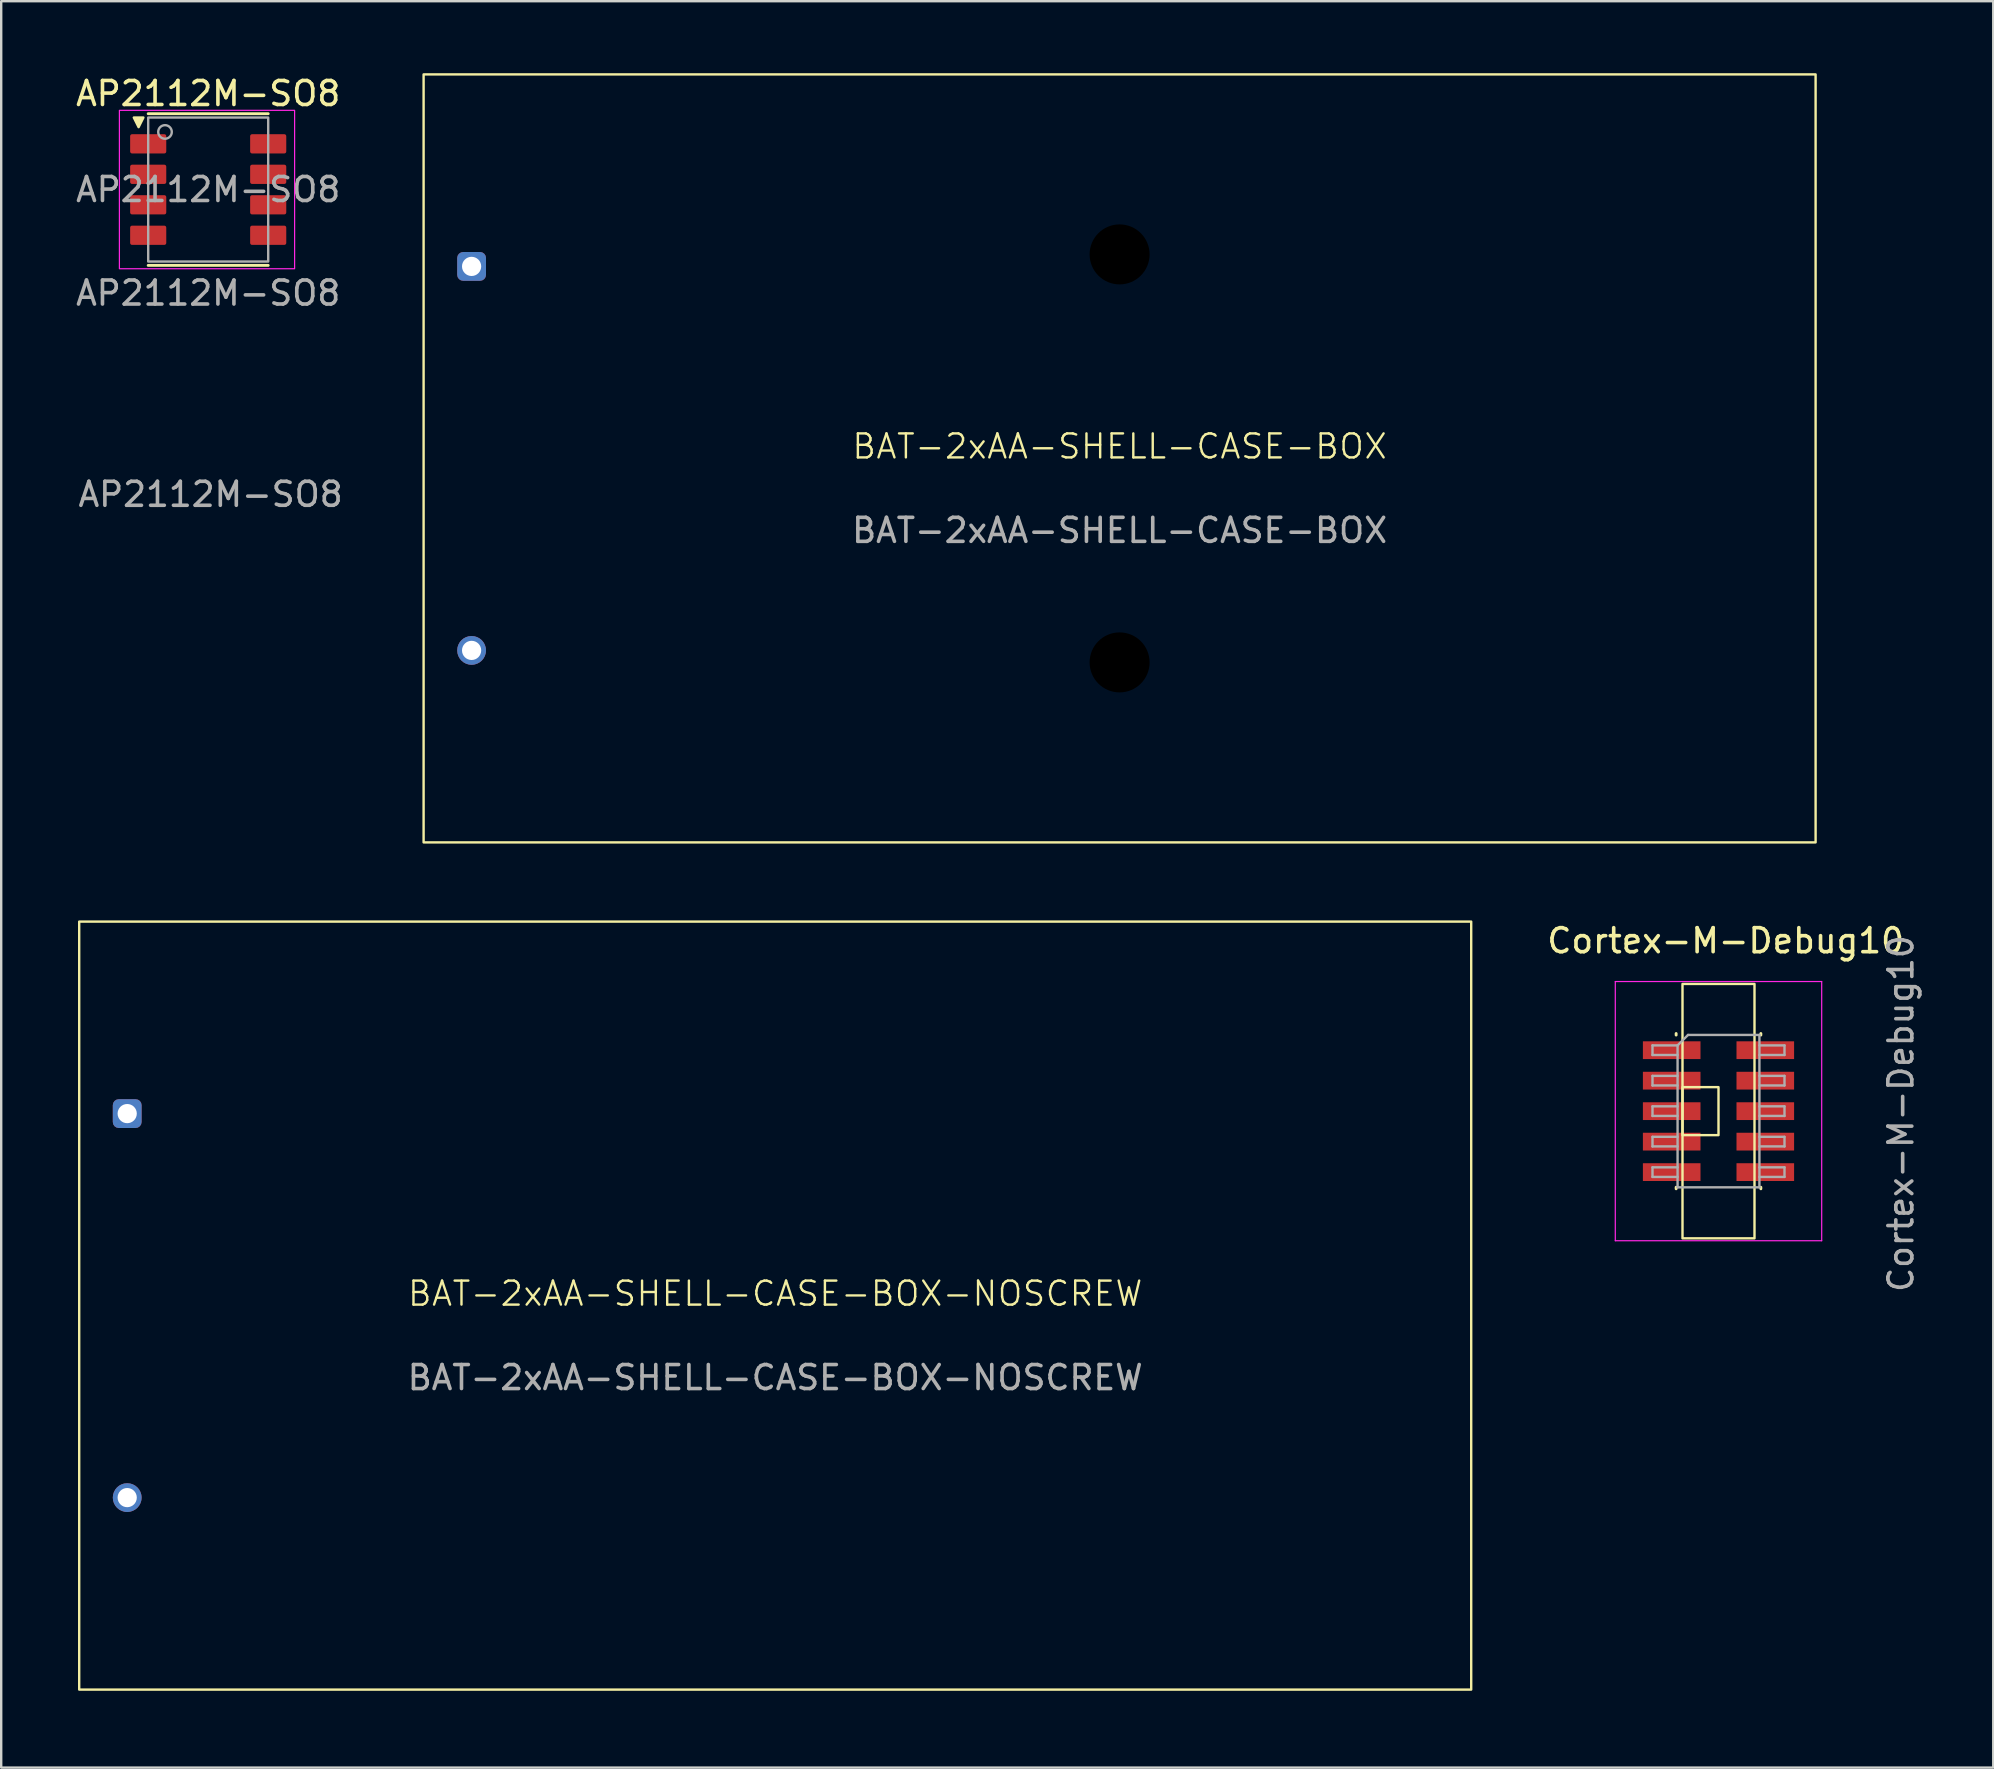
<source format=kicad_pcb>
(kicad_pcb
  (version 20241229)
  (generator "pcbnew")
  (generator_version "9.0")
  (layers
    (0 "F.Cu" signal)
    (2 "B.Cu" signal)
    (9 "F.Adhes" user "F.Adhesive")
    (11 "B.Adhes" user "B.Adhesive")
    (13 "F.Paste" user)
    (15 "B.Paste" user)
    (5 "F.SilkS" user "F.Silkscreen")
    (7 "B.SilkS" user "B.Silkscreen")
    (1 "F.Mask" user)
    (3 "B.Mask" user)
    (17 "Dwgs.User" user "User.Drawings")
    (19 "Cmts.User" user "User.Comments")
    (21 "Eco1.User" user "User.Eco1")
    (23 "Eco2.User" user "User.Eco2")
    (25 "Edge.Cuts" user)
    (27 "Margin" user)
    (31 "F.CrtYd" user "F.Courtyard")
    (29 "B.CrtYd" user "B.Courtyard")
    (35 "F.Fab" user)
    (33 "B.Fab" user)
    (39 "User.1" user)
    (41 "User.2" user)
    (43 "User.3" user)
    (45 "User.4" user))
  (footprint "AP2112M-SO8"
    (layer "F.Cu")
    (at 5.625 4.848)
    (property "Reference" "AP2112M-SO8" (at 0 -4 0) (unlocked yes) (layer "F.SilkS") (effects (font (size 1 1) (thickness 0.15))))
    (attr smd)
    (fp_line (start -2.5 -3.16) (end 2.5 -3.16) (stroke (width 0.12) (type default)) (layer "F.SilkS"))
    (fp_line (start -2.5 3.16) (end 2.5 3.16) (stroke (width 0.12) (type default)) (layer "F.SilkS"))
    (fp_poly (pts (xy -2.7 -3) (xy -3.1 -3) (xy -2.9 -2.6)) (stroke (width 0.1) (type solid)) (fill yes) (layer "F.SilkS"))
    (fp_rect (start -3.7 -3.3) (end 3.6 3.3) (stroke (width 0.05) (type default)) (fill no) (layer "F.CrtYd"))
    (fp_rect (start -2.5 -3) (end 2.5 3) (stroke (width 0.1) (type default)) (fill no) (layer "F.Fab"))
    (fp_circle (center -1.8 -2.4) (end -1.6 -2.6) (stroke (width 0.1) (type default)) (fill no) (layer "F.Fab"))
    (fp_text user "${REFERENCE}" (at 0 0 0) (unlocked yes) (layer "F.Fab") (effects (font (size 1 1) (thickness 0.15))))
    (fp_text user "${REFERENCE}" (at 0.1 12.7 0) (unlocked yes) (layer "F.Fab") (effects (font (size 1 1) (thickness 0.15))))
    (fp_text user "AP2112M-SO8" (at 0 4.9 0) (unlocked yes) (layer "F.Fab") (effects (font (size 1 1) (thickness 0.15)) (justify bottom)))
    (pad "1" smd roundrect (at -2.5 -1.905 90) (size 0.802 1.505) (layers "F.Cu" "F.Mask" "F.Paste") (roundrect_rratio 0.1))
    (pad "2" smd roundrect (at -2.5 -0.635 90) (size 0.802 1.505) (layers "F.Cu" "F.Mask" "F.Paste") (roundrect_rratio 0.1))
    (pad "3" smd roundrect (at -2.5 0.635 90) (size 0.802 1.505) (layers "F.Cu" "F.Mask" "F.Paste") (roundrect_rratio 0.1))
    (pad "4" smd roundrect (at -2.5 1.905 90) (size 0.802 1.505) (layers "F.Cu" "F.Mask" "F.Paste") (roundrect_rratio 0.1))
    (pad "5" smd roundrect (at 2.5 1.905 90) (size 0.802 1.505) (layers "F.Cu" "F.Mask" "F.Paste") (roundrect_rratio 0.1))
    (pad "6" smd roundrect (at 2.5 0.635 90) (size 0.802 1.505) (layers "F.Cu" "F.Mask" "F.Paste") (roundrect_rratio 0.1))
    (pad "7" smd roundrect (at 2.5 -0.635 90) (size 0.802 1.505) (layers "F.Cu" "F.Mask" "F.Paste") (roundrect_rratio 0.1))
    (pad "8" smd roundrect (at 2.5 -1.905 90) (size 0.802 1.505) (layers "F.Cu" "F.Mask" "F.Paste") (roundrect_rratio 0.1)))
  (footprint "BAT-2xAA-SHELL-CASE-BOX"
    (layer "F.Cu")
    (at 14.6 32.05)
    (property "Reference" "BAT-2xAA-SHELL-CASE-BOX" (at 29 -16.5 0) (unlocked yes) (layer "F.SilkS") (effects (font (size 1 1) (thickness 0.1))))
    (attr through_hole)
    (fp_rect (start 0 -32) (end 58 0) (stroke (width 0.1) (type default)) (fill no) (layer "F.SilkS"))
    (fp_text user "${REFERENCE}" (at 29 -13 0) (unlocked yes) (layer "F.Fab") (effects (font (size 1 1) (thickness 0.15))))
    (pad "" np_thru_hole circle (at 29 -24.5) (size 3 3) (drill 2.5) (layers "*.Mask"))
    (pad "" np_thru_hole circle (at 29 -7.5) (size 3 3) (drill 2.5) (layers "*.Mask"))
    (pad "1" thru_hole roundrect (at 2 -24) (size 1.2 1.2) (drill 0.8) (layers "*.Cu" "*.Mask") (roundrect_rratio 0.208))
    (pad "2" thru_hole circle (at 2 -8) (size 1.2 1.2) (drill 0.8) (layers "*.Cu" "*.Mask")))
  (footprint "BAT-2xAA-SHELL-CASE-BOX-NOSCREW"
    (layer "F.Cu")
    (at 0.25 67.35)
    (property "Reference" "BAT-2xAA-SHELL-CASE-BOX-NOSCREW" (at 29 -16.5 0) (unlocked yes) (layer "F.SilkS") (effects (font (size 1 1) (thickness 0.1))))
    (attr through_hole)
    (fp_rect (start 0 -32) (end 58 0) (stroke (width 0.1) (type default)) (fill no) (layer "F.SilkS"))
    (fp_text user "${REFERENCE}" (at 29 -13 0) (unlocked yes) (layer "F.Fab") (effects (font (size 1 1) (thickness 0.15))))
    (pad "1" thru_hole roundrect (at 2 -24) (size 1.2 1.2) (drill 0.8) (layers "*.Cu" "*.Mask") (roundrect_rratio 0.208))
    (pad "2" thru_hole circle (at 2 -8) (size 1.2 1.2) (drill 0.8) (layers "*.Cu" "*.Mask")))
  (footprint "Cortex-M-Debug10"
    (layer "F.Cu")
    (at 68.554 43.248)
    (property "Reference" "Cortex-M-Debug10" (at 0.3 -7.1 0) (layer "F.SilkS") (effects (font (size 1 1) (thickness 0.15))))
    (attr smd)
    (fp_line (start -1.765 -3.235) (end -1.765 -3.17) (stroke (width 0.12) (type solid)) (layer "F.SilkS"))
    (fp_line (start -1.765 3.17) (end -1.765 3.235) (stroke (width 0.12) (type solid)) (layer "F.SilkS"))
    (fp_line (start 1.765 -3.235) (end 1.765 -3.17) (stroke (width 0.12) (type solid)) (layer "F.SilkS"))
    (fp_line (start 1.765 3.17) (end 1.765 3.235) (stroke (width 0.12) (type solid)) (layer "F.SilkS"))
    (fp_rect (start -1.5 -5.3) (end 1.5 5.3) (stroke (width 0.1) (type default)) (fill no) (layer "F.SilkS"))
    (fp_rect (start -1.5 -1) (end 0 1) (stroke (width 0.1) (type default)) (fill no) (layer "F.SilkS"))
    (fp_line (start -4.3 -5.4) (end -4.3 5.4) (stroke (width 0.05) (type solid)) (layer "F.CrtYd"))
    (fp_line (start -4.3 5.4) (end 4.3 5.4) (stroke (width 0.05) (type solid)) (layer "F.CrtYd"))
    (fp_line (start 4.3 -5.4) (end -4.3 -5.4) (stroke (width 0.05) (type solid)) (layer "F.CrtYd"))
    (fp_line (start 4.3 5.4) (end 4.3 -5.4) (stroke (width 0.05) (type solid)) (layer "F.CrtYd"))
    (fp_line (start -2.75 -2.74) (end -2.75 -2.34) (stroke (width 0.1) (type solid)) (layer "F.Fab"))
    (fp_line (start -2.75 -2.34) (end -1.705 -2.34) (stroke (width 0.1) (type solid)) (layer "F.Fab"))
    (fp_line (start -2.75 -1.47) (end -2.75 -1.07) (stroke (width 0.1) (type solid)) (layer "F.Fab"))
    (fp_line (start -2.75 -1.07) (end -1.705 -1.07) (stroke (width 0.1) (type solid)) (layer "F.Fab"))
    (fp_line (start -2.75 -0.2) (end -2.75 0.2) (stroke (width 0.1) (type solid)) (layer "F.Fab"))
    (fp_line (start -2.75 0.2) (end -1.705 0.2) (stroke (width 0.1) (type solid)) (layer "F.Fab"))
    (fp_line (start -2.75 1.07) (end -2.75 1.47) (stroke (width 0.1) (type solid)) (layer "F.Fab"))
    (fp_line (start -2.75 1.47) (end -1.705 1.47) (stroke (width 0.1) (type solid)) (layer "F.Fab"))
    (fp_line (start -2.75 2.34) (end -2.75 2.74) (stroke (width 0.1) (type solid)) (layer "F.Fab"))
    (fp_line (start -2.75 2.74) (end -1.705 2.74) (stroke (width 0.1) (type solid)) (layer "F.Fab"))
    (fp_line (start -1.705 -2.74) (end -2.75 -2.74) (stroke (width 0.1) (type solid)) (layer "F.Fab"))
    (fp_line (start -1.705 -2.74) (end -1.27 -3.175) (stroke (width 0.1) (type solid)) (layer "F.Fab"))
    (fp_line (start -1.705 -1.47) (end -2.75 -1.47) (stroke (width 0.1) (type solid)) (layer "F.Fab"))
    (fp_line (start -1.705 -0.2) (end -2.75 -0.2) (stroke (width 0.1) (type solid)) (layer "F.Fab"))
    (fp_line (start -1.705 1.07) (end -2.75 1.07) (stroke (width 0.1) (type solid)) (layer "F.Fab"))
    (fp_line (start -1.705 2.34) (end -2.75 2.34) (stroke (width 0.1) (type solid)) (layer "F.Fab"))
    (fp_line (start -1.705 3.175) (end -1.705 -2.74) (stroke (width 0.1) (type solid)) (layer "F.Fab"))
    (fp_line (start -1.27 -3.175) (end 1.705 -3.175) (stroke (width 0.1) (type solid)) (layer "F.Fab"))
    (fp_line (start 1.705 -3.175) (end 1.705 3.175) (stroke (width 0.1) (type solid)) (layer "F.Fab"))
    (fp_line (start 1.705 -2.74) (end 2.75 -2.74) (stroke (width 0.1) (type solid)) (layer "F.Fab"))
    (fp_line (start 1.705 -1.47) (end 2.75 -1.47) (stroke (width 0.1) (type solid)) (layer "F.Fab"))
    (fp_line (start 1.705 -0.2) (end 2.75 -0.2) (stroke (width 0.1) (type solid)) (layer "F.Fab"))
    (fp_line (start 1.705 1.07) (end 2.75 1.07) (stroke (width 0.1) (type solid)) (layer "F.Fab"))
    (fp_line (start 1.705 2.34) (end 2.75 2.34) (stroke (width 0.1) (type solid)) (layer "F.Fab"))
    (fp_line (start 1.705 3.175) (end -1.705 3.175) (stroke (width 0.1) (type solid)) (layer "F.Fab"))
    (fp_line (start 2.75 -2.74) (end 2.75 -2.34) (stroke (width 0.1) (type solid)) (layer "F.Fab"))
    (fp_line (start 2.75 -2.34) (end 1.705 -2.34) (stroke (width 0.1) (type solid)) (layer "F.Fab"))
    (fp_line (start 2.75 -1.47) (end 2.75 -1.07) (stroke (width 0.1) (type solid)) (layer "F.Fab"))
    (fp_line (start 2.75 -1.07) (end 1.705 -1.07) (stroke (width 0.1) (type solid)) (layer "F.Fab"))
    (fp_line (start 2.75 -0.2) (end 2.75 0.2) (stroke (width 0.1) (type solid)) (layer "F.Fab"))
    (fp_line (start 2.75 0.2) (end 1.705 0.2) (stroke (width 0.1) (type solid)) (layer "F.Fab"))
    (fp_line (start 2.75 1.07) (end 2.75 1.47) (stroke (width 0.1) (type solid)) (layer "F.Fab"))
    (fp_line (start 2.75 1.47) (end 1.705 1.47) (stroke (width 0.1) (type solid)) (layer "F.Fab"))
    (fp_line (start 2.75 2.34) (end 2.75 2.74) (stroke (width 0.1) (type solid)) (layer "F.Fab"))
    (fp_line (start 2.75 2.74) (end 1.705 2.74) (stroke (width 0.1) (type solid)) (layer "F.Fab"))
    (fp_text user "${REFERENCE}" (at 7.6 0.1 90) (layer "F.Fab") (effects (font (size 1 1) (thickness 0.15))))
    (pad "1" smd rect (at -1.95 -2.54) (size 2.4 0.74) (layers "F.Cu" "F.Mask" "F.Paste"))
    (pad "2" smd rect (at 1.95 -2.54) (size 2.4 0.74) (layers "F.Cu" "F.Mask" "F.Paste"))
    (pad "3" smd rect (at -1.95 -1.27) (size 2.4 0.74) (layers "F.Cu" "F.Mask" "F.Paste"))
    (pad "4" smd rect (at 1.95 -1.27) (size 2.4 0.74) (layers "F.Cu" "F.Mask" "F.Paste"))
    (pad "5" smd rect (at -1.95 0) (size 2.4 0.74) (layers "F.Cu" "F.Mask" "F.Paste"))
    (pad "6" smd rect (at 1.95 0) (size 2.4 0.74) (layers "F.Cu" "F.Mask" "F.Paste"))
    (pad "7" smd rect (at -1.95 1.27) (size 2.4 0.74) (layers "F.Cu" "F.Mask" "F.Paste"))
    (pad "8" smd rect (at 1.95 1.27) (size 2.4 0.74) (layers "F.Cu" "F.Mask" "F.Paste"))
    (pad "9" smd rect (at -1.95 2.54) (size 2.4 0.74) (layers "F.Cu" "F.Mask" "F.Paste"))
    (pad "10" smd rect (at 1.95 2.54) (size 2.4 0.74) (layers "F.Cu" "F.Mask" "F.Paste")))
  (gr_rect
    (start -3 -3)
    (end 80.002 70.6)
    (stroke (width 0.1) (type default))
    (fill no)
    (layer "Edge.Cuts")))
</source>
